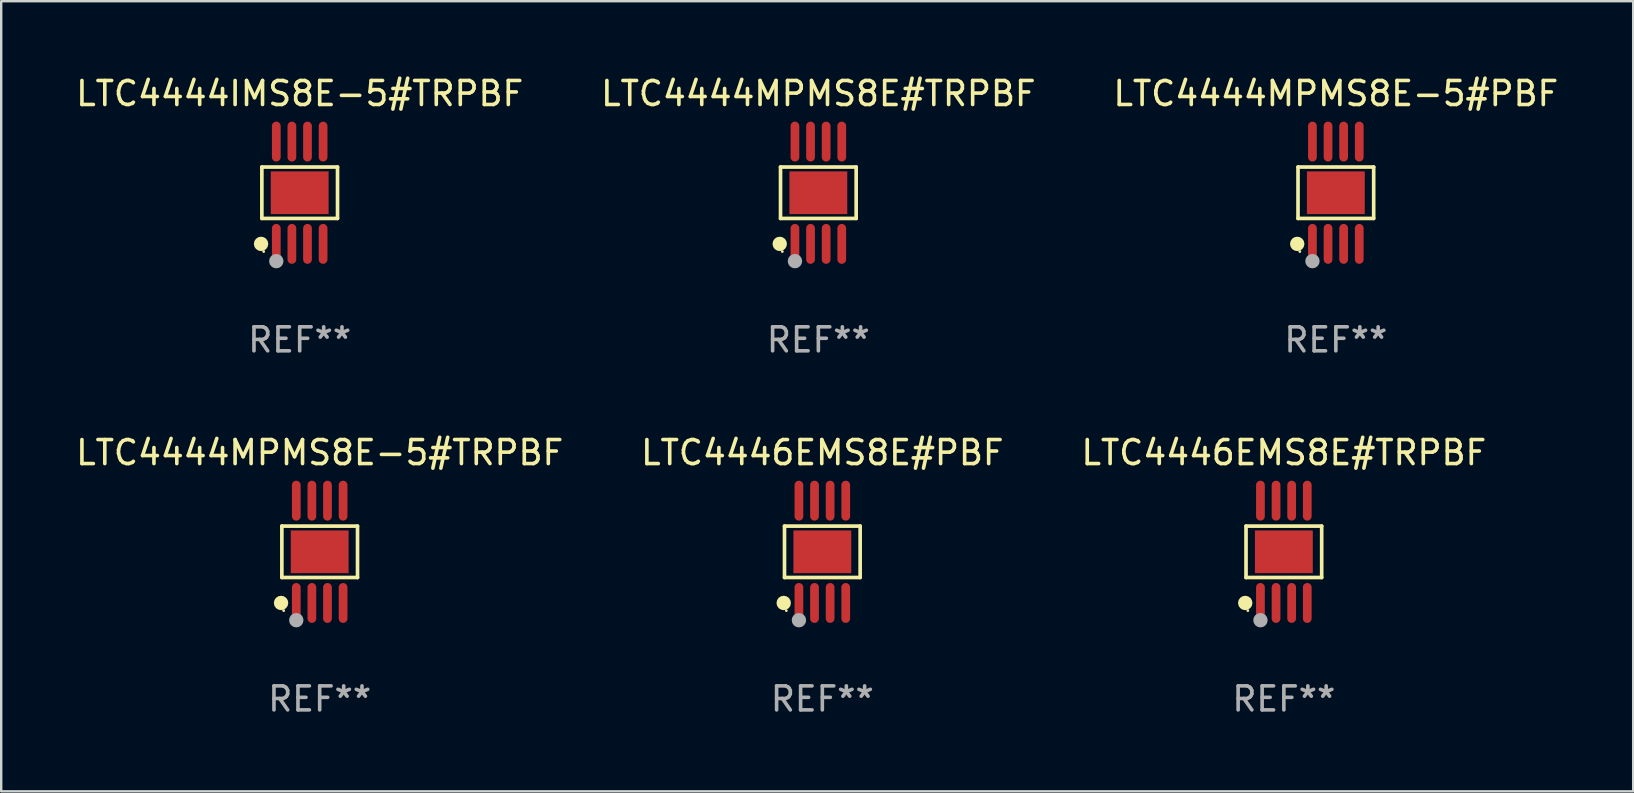
<source format=kicad_pcb>
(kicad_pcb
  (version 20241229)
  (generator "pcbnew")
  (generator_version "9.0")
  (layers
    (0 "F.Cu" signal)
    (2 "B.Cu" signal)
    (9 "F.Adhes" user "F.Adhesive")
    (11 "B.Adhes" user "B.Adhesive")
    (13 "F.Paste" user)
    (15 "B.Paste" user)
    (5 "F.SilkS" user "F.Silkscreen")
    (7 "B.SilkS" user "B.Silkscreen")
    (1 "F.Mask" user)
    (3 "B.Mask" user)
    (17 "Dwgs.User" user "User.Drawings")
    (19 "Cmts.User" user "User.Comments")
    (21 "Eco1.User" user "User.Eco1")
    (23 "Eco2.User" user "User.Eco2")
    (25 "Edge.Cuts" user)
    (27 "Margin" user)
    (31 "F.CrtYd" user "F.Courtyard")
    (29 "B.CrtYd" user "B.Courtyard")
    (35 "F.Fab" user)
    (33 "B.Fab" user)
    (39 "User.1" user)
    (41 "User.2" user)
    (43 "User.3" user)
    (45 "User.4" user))
  (footprint "LTC4446EMS8E#TRPBF"
    (layer "F.Cu")
    (at 50.435 19.938)
    (property "Reference" "LTC4446EMS8E#TRPBF" (at 0 -4.131 0) (layer "F.SilkS") (effects (font (size 1 1) (thickness 0.15))))
    (attr through_hole)
    (fp_line (start -1.576 -1.071) (end 1.576 -1.071) (stroke (width 0.152) (type solid)) (layer "F.SilkS"))
    (fp_line (start -1.576 1.071) (end -1.576 -1.071) (stroke (width 0.152) (type solid)) (layer "F.SilkS"))
    (fp_line (start 1.576 -1.071) (end 1.576 1.071) (stroke (width 0.152) (type solid)) (layer "F.SilkS"))
    (fp_line (start 1.576 1.071) (end -1.576 1.071) (stroke (width 0.152) (type solid)) (layer "F.SilkS"))
    (fp_circle (center -1.609 2.131) (end -1.459 2.131) (stroke (width 0.3) (type solid)) (fill no) (layer "F.SilkS"))
    (fp_circle (center -1.5 2.45) (end -1.47 2.45) (stroke (width 0.06) (type solid)) (fill no) (layer "F.SilkS"))
    (fp_circle (center -0.975 2.85) (end -0.825 2.85) (stroke (width 0.3) (type solid)) (fill no) (layer "F.Fab"))
    (fp_text user "REF**" (at 0 6.131 0) (layer "F.Fab") (effects (font (size 1 1) (thickness 0.15))))
    (pad "1" smd oval (at -0.975 2.131) (size 0.364 1.662) (layers "F.Cu" "F.Mask" "F.Paste"))
    (pad "2" smd oval (at -0.325 2.131) (size 0.364 1.662) (layers "F.Cu" "F.Mask" "F.Paste"))
    (pad "3" smd oval (at 0.325 2.131) (size 0.364 1.662) (layers "F.Cu" "F.Mask" "F.Paste"))
    (pad "4" smd oval (at 0.975 2.131) (size 0.364 1.662) (layers "F.Cu" "F.Mask" "F.Paste"))
    (pad "5" smd oval (at 0.975 -2.131) (size 0.364 1.662) (layers "F.Cu" "F.Mask" "F.Paste"))
    (pad "6" smd oval (at 0.325 -2.131) (size 0.364 1.662) (layers "F.Cu" "F.Mask" "F.Paste"))
    (pad "7" smd oval (at -0.325 -2.131) (size 0.364 1.662) (layers "F.Cu" "F.Mask" "F.Paste"))
    (pad "8" smd oval (at -0.975 -2.131) (size 0.364 1.662) (layers "F.Cu" "F.Mask" "F.Paste"))
    (pad "9" smd rect (at 0 0) (size 2.41 1.78) (layers "F.Cu" "F.Mask" "F.Paste")))
  (footprint "LTC4444MPMS8E-5#PBF"
    (layer "F.Cu")
    (at 52.601 4.979)
    (property "Reference" "LTC4444MPMS8E-5#PBF" (at 0 -4.131 0) (layer "F.SilkS") (effects (font (size 1 1) (thickness 0.15))))
    (attr through_hole)
    (fp_line (start -1.576 -1.071) (end 1.576 -1.071) (stroke (width 0.152) (type solid)) (layer "F.SilkS"))
    (fp_line (start -1.576 1.071) (end -1.576 -1.071) (stroke (width 0.152) (type solid)) (layer "F.SilkS"))
    (fp_line (start 1.576 -1.071) (end 1.576 1.071) (stroke (width 0.152) (type solid)) (layer "F.SilkS"))
    (fp_line (start 1.576 1.071) (end -1.576 1.071) (stroke (width 0.152) (type solid)) (layer "F.SilkS"))
    (fp_circle (center -1.609 2.131) (end -1.459 2.131) (stroke (width 0.3) (type solid)) (fill no) (layer "F.SilkS"))
    (fp_circle (center -1.5 2.45) (end -1.47 2.45) (stroke (width 0.06) (type solid)) (fill no) (layer "F.SilkS"))
    (fp_circle (center -0.975 2.85) (end -0.825 2.85) (stroke (width 0.3) (type solid)) (fill no) (layer "F.Fab"))
    (fp_text user "REF**" (at 0 6.131 0) (layer "F.Fab") (effects (font (size 1 1) (thickness 0.15))))
    (pad "1" smd oval (at -0.975 2.131) (size 0.364 1.662) (layers "F.Cu" "F.Mask" "F.Paste"))
    (pad "2" smd oval (at -0.325 2.131) (size 0.364 1.662) (layers "F.Cu" "F.Mask" "F.Paste"))
    (pad "3" smd oval (at 0.325 2.131) (size 0.364 1.662) (layers "F.Cu" "F.Mask" "F.Paste"))
    (pad "4" smd oval (at 0.975 2.131) (size 0.364 1.662) (layers "F.Cu" "F.Mask" "F.Paste"))
    (pad "5" smd oval (at 0.975 -2.131) (size 0.364 1.662) (layers "F.Cu" "F.Mask" "F.Paste"))
    (pad "6" smd oval (at 0.325 -2.131) (size 0.364 1.662) (layers "F.Cu" "F.Mask" "F.Paste"))
    (pad "7" smd oval (at -0.325 -2.131) (size 0.364 1.662) (layers "F.Cu" "F.Mask" "F.Paste"))
    (pad "8" smd oval (at -0.975 -2.131) (size 0.364 1.662) (layers "F.Cu" "F.Mask" "F.Paste"))
    (pad "9" smd rect (at 0 0) (size 2.41 1.78) (layers "F.Cu" "F.Mask" "F.Paste")))
  (footprint "LTC4444MPMS8E#TRPBF"
    (layer "F.Cu")
    (at 31.042 4.979)
    (property "Reference" "LTC4444MPMS8E#TRPBF" (at 0 -4.131 0) (layer "F.SilkS") (effects (font (size 1 1) (thickness 0.15))))
    (attr through_hole)
    (fp_line (start -1.576 -1.071) (end 1.576 -1.071) (stroke (width 0.152) (type solid)) (layer "F.SilkS"))
    (fp_line (start -1.576 1.071) (end -1.576 -1.071) (stroke (width 0.152) (type solid)) (layer "F.SilkS"))
    (fp_line (start 1.576 -1.071) (end 1.576 1.071) (stroke (width 0.152) (type solid)) (layer "F.SilkS"))
    (fp_line (start 1.576 1.071) (end -1.576 1.071) (stroke (width 0.152) (type solid)) (layer "F.SilkS"))
    (fp_circle (center -1.609 2.131) (end -1.459 2.131) (stroke (width 0.3) (type solid)) (fill no) (layer "F.SilkS"))
    (fp_circle (center -1.5 2.45) (end -1.47 2.45) (stroke (width 0.06) (type solid)) (fill no) (layer "F.SilkS"))
    (fp_circle (center -0.975 2.85) (end -0.825 2.85) (stroke (width 0.3) (type solid)) (fill no) (layer "F.Fab"))
    (fp_text user "REF**" (at 0 6.131 0) (layer "F.Fab") (effects (font (size 1 1) (thickness 0.15))))
    (pad "1" smd oval (at -0.975 2.131) (size 0.364 1.662) (layers "F.Cu" "F.Mask" "F.Paste"))
    (pad "2" smd oval (at -0.325 2.131) (size 0.364 1.662) (layers "F.Cu" "F.Mask" "F.Paste"))
    (pad "3" smd oval (at 0.325 2.131) (size 0.364 1.662) (layers "F.Cu" "F.Mask" "F.Paste"))
    (pad "4" smd oval (at 0.975 2.131) (size 0.364 1.662) (layers "F.Cu" "F.Mask" "F.Paste"))
    (pad "5" smd oval (at 0.975 -2.131) (size 0.364 1.662) (layers "F.Cu" "F.Mask" "F.Paste"))
    (pad "6" smd oval (at 0.325 -2.131) (size 0.364 1.662) (layers "F.Cu" "F.Mask" "F.Paste"))
    (pad "7" smd oval (at -0.325 -2.131) (size 0.364 1.662) (layers "F.Cu" "F.Mask" "F.Paste"))
    (pad "8" smd oval (at -0.975 -2.131) (size 0.364 1.662) (layers "F.Cu" "F.Mask" "F.Paste"))
    (pad "9" smd rect (at 0 0) (size 2.41 1.78) (layers "F.Cu" "F.Mask" "F.Paste")))
  (footprint "LTC4446EMS8E#PBF"
    (layer "F.Cu")
    (at 31.208 19.938)
    (property "Reference" "LTC4446EMS8E#PBF" (at 0 -4.131 0) (layer "F.SilkS") (effects (font (size 1 1) (thickness 0.15))))
    (attr through_hole)
    (fp_line (start -1.576 -1.071) (end 1.576 -1.071) (stroke (width 0.152) (type solid)) (layer "F.SilkS"))
    (fp_line (start -1.576 1.071) (end -1.576 -1.071) (stroke (width 0.152) (type solid)) (layer "F.SilkS"))
    (fp_line (start 1.576 -1.071) (end 1.576 1.071) (stroke (width 0.152) (type solid)) (layer "F.SilkS"))
    (fp_line (start 1.576 1.071) (end -1.576 1.071) (stroke (width 0.152) (type solid)) (layer "F.SilkS"))
    (fp_circle (center -1.609 2.131) (end -1.459 2.131) (stroke (width 0.3) (type solid)) (fill no) (layer "F.SilkS"))
    (fp_circle (center -1.5 2.45) (end -1.47 2.45) (stroke (width 0.06) (type solid)) (fill no) (layer "F.SilkS"))
    (fp_circle (center -0.975 2.85) (end -0.825 2.85) (stroke (width 0.3) (type solid)) (fill no) (layer "F.Fab"))
    (fp_text user "REF**" (at 0 6.131 0) (layer "F.Fab") (effects (font (size 1 1) (thickness 0.15))))
    (pad "1" smd oval (at -0.975 2.131) (size 0.364 1.662) (layers "F.Cu" "F.Mask" "F.Paste"))
    (pad "2" smd oval (at -0.325 2.131) (size 0.364 1.662) (layers "F.Cu" "F.Mask" "F.Paste"))
    (pad "3" smd oval (at 0.325 2.131) (size 0.364 1.662) (layers "F.Cu" "F.Mask" "F.Paste"))
    (pad "4" smd oval (at 0.975 2.131) (size 0.364 1.662) (layers "F.Cu" "F.Mask" "F.Paste"))
    (pad "5" smd oval (at 0.975 -2.131) (size 0.364 1.662) (layers "F.Cu" "F.Mask" "F.Paste"))
    (pad "6" smd oval (at 0.325 -2.131) (size 0.364 1.662) (layers "F.Cu" "F.Mask" "F.Paste"))
    (pad "7" smd oval (at -0.325 -2.131) (size 0.364 1.662) (layers "F.Cu" "F.Mask" "F.Paste"))
    (pad "8" smd oval (at -0.975 -2.131) (size 0.364 1.662) (layers "F.Cu" "F.Mask" "F.Paste"))
    (pad "9" smd rect (at 0 0) (size 2.41 1.78) (layers "F.Cu" "F.Mask" "F.Paste")))
  (footprint "LTC4444MPMS8E-5#TRPBF"
    (layer "F.Cu")
    (at 10.268 19.938)
    (property "Reference" "LTC4444MPMS8E-5#TRPBF" (at 0 -4.131 0) (layer "F.SilkS") (effects (font (size 1 1) (thickness 0.15))))
    (attr through_hole)
    (fp_line (start -1.576 -1.071) (end 1.576 -1.071) (stroke (width 0.152) (type solid)) (layer "F.SilkS"))
    (fp_line (start -1.576 1.071) (end -1.576 -1.071) (stroke (width 0.152) (type solid)) (layer "F.SilkS"))
    (fp_line (start 1.576 -1.071) (end 1.576 1.071) (stroke (width 0.152) (type solid)) (layer "F.SilkS"))
    (fp_line (start 1.576 1.071) (end -1.576 1.071) (stroke (width 0.152) (type solid)) (layer "F.SilkS"))
    (fp_circle (center -1.609 2.131) (end -1.459 2.131) (stroke (width 0.3) (type solid)) (fill no) (layer "F.SilkS"))
    (fp_circle (center -1.5 2.45) (end -1.47 2.45) (stroke (width 0.06) (type solid)) (fill no) (layer "F.SilkS"))
    (fp_circle (center -0.975 2.85) (end -0.825 2.85) (stroke (width 0.3) (type solid)) (fill no) (layer "F.Fab"))
    (fp_text user "REF**" (at 0 6.131 0) (layer "F.Fab") (effects (font (size 1 1) (thickness 0.15))))
    (pad "1" smd oval (at -0.975 2.131) (size 0.364 1.662) (layers "F.Cu" "F.Mask" "F.Paste"))
    (pad "2" smd oval (at -0.325 2.131) (size 0.364 1.662) (layers "F.Cu" "F.Mask" "F.Paste"))
    (pad "3" smd oval (at 0.325 2.131) (size 0.364 1.662) (layers "F.Cu" "F.Mask" "F.Paste"))
    (pad "4" smd oval (at 0.975 2.131) (size 0.364 1.662) (layers "F.Cu" "F.Mask" "F.Paste"))
    (pad "5" smd oval (at 0.975 -2.131) (size 0.364 1.662) (layers "F.Cu" "F.Mask" "F.Paste"))
    (pad "6" smd oval (at 0.325 -2.131) (size 0.364 1.662) (layers "F.Cu" "F.Mask" "F.Paste"))
    (pad "7" smd oval (at -0.325 -2.131) (size 0.364 1.662) (layers "F.Cu" "F.Mask" "F.Paste"))
    (pad "8" smd oval (at -0.975 -2.131) (size 0.364 1.662) (layers "F.Cu" "F.Mask" "F.Paste"))
    (pad "9" smd rect (at 0 0) (size 2.41 1.78) (layers "F.Cu" "F.Mask" "F.Paste")))
  (footprint "LTC4444IMS8E-5#TRPBF"
    (layer "F.Cu")
    (at 9.435 4.979)
    (property "Reference" "LTC4444IMS8E-5#TRPBF" (at 0 -4.131 0) (layer "F.SilkS") (effects (font (size 1 1) (thickness 0.15))))
    (attr through_hole)
    (fp_line (start -1.576 -1.071) (end 1.576 -1.071) (stroke (width 0.152) (type solid)) (layer "F.SilkS"))
    (fp_line (start -1.576 1.071) (end -1.576 -1.071) (stroke (width 0.152) (type solid)) (layer "F.SilkS"))
    (fp_line (start 1.576 -1.071) (end 1.576 1.071) (stroke (width 0.152) (type solid)) (layer "F.SilkS"))
    (fp_line (start 1.576 1.071) (end -1.576 1.071) (stroke (width 0.152) (type solid)) (layer "F.SilkS"))
    (fp_circle (center -1.609 2.131) (end -1.459 2.131) (stroke (width 0.3) (type solid)) (fill no) (layer "F.SilkS"))
    (fp_circle (center -1.5 2.45) (end -1.47 2.45) (stroke (width 0.06) (type solid)) (fill no) (layer "F.SilkS"))
    (fp_circle (center -0.975 2.85) (end -0.825 2.85) (stroke (width 0.3) (type solid)) (fill no) (layer "F.Fab"))
    (fp_text user "REF**" (at 0 6.131 0) (layer "F.Fab") (effects (font (size 1 1) (thickness 0.15))))
    (pad "1" smd oval (at -0.975 2.131) (size 0.364 1.662) (layers "F.Cu" "F.Mask" "F.Paste"))
    (pad "2" smd oval (at -0.325 2.131) (size 0.364 1.662) (layers "F.Cu" "F.Mask" "F.Paste"))
    (pad "3" smd oval (at 0.325 2.131) (size 0.364 1.662) (layers "F.Cu" "F.Mask" "F.Paste"))
    (pad "4" smd oval (at 0.975 2.131) (size 0.364 1.662) (layers "F.Cu" "F.Mask" "F.Paste"))
    (pad "5" smd oval (at 0.975 -2.131) (size 0.364 1.662) (layers "F.Cu" "F.Mask" "F.Paste"))
    (pad "6" smd oval (at 0.325 -2.131) (size 0.364 1.662) (layers "F.Cu" "F.Mask" "F.Paste"))
    (pad "7" smd oval (at -0.325 -2.131) (size 0.364 1.662) (layers "F.Cu" "F.Mask" "F.Paste"))
    (pad "8" smd oval (at -0.975 -2.131) (size 0.364 1.662) (layers "F.Cu" "F.Mask" "F.Paste"))
    (pad "9" smd rect (at 0 0) (size 2.41 1.78) (layers "F.Cu" "F.Mask" "F.Paste")))
  (gr_rect
    (start -3 -3)
    (end 64.988 29.917)
    (stroke (width 0.1) (type default))
    (fill no)
    (layer "Edge.Cuts")))
</source>
